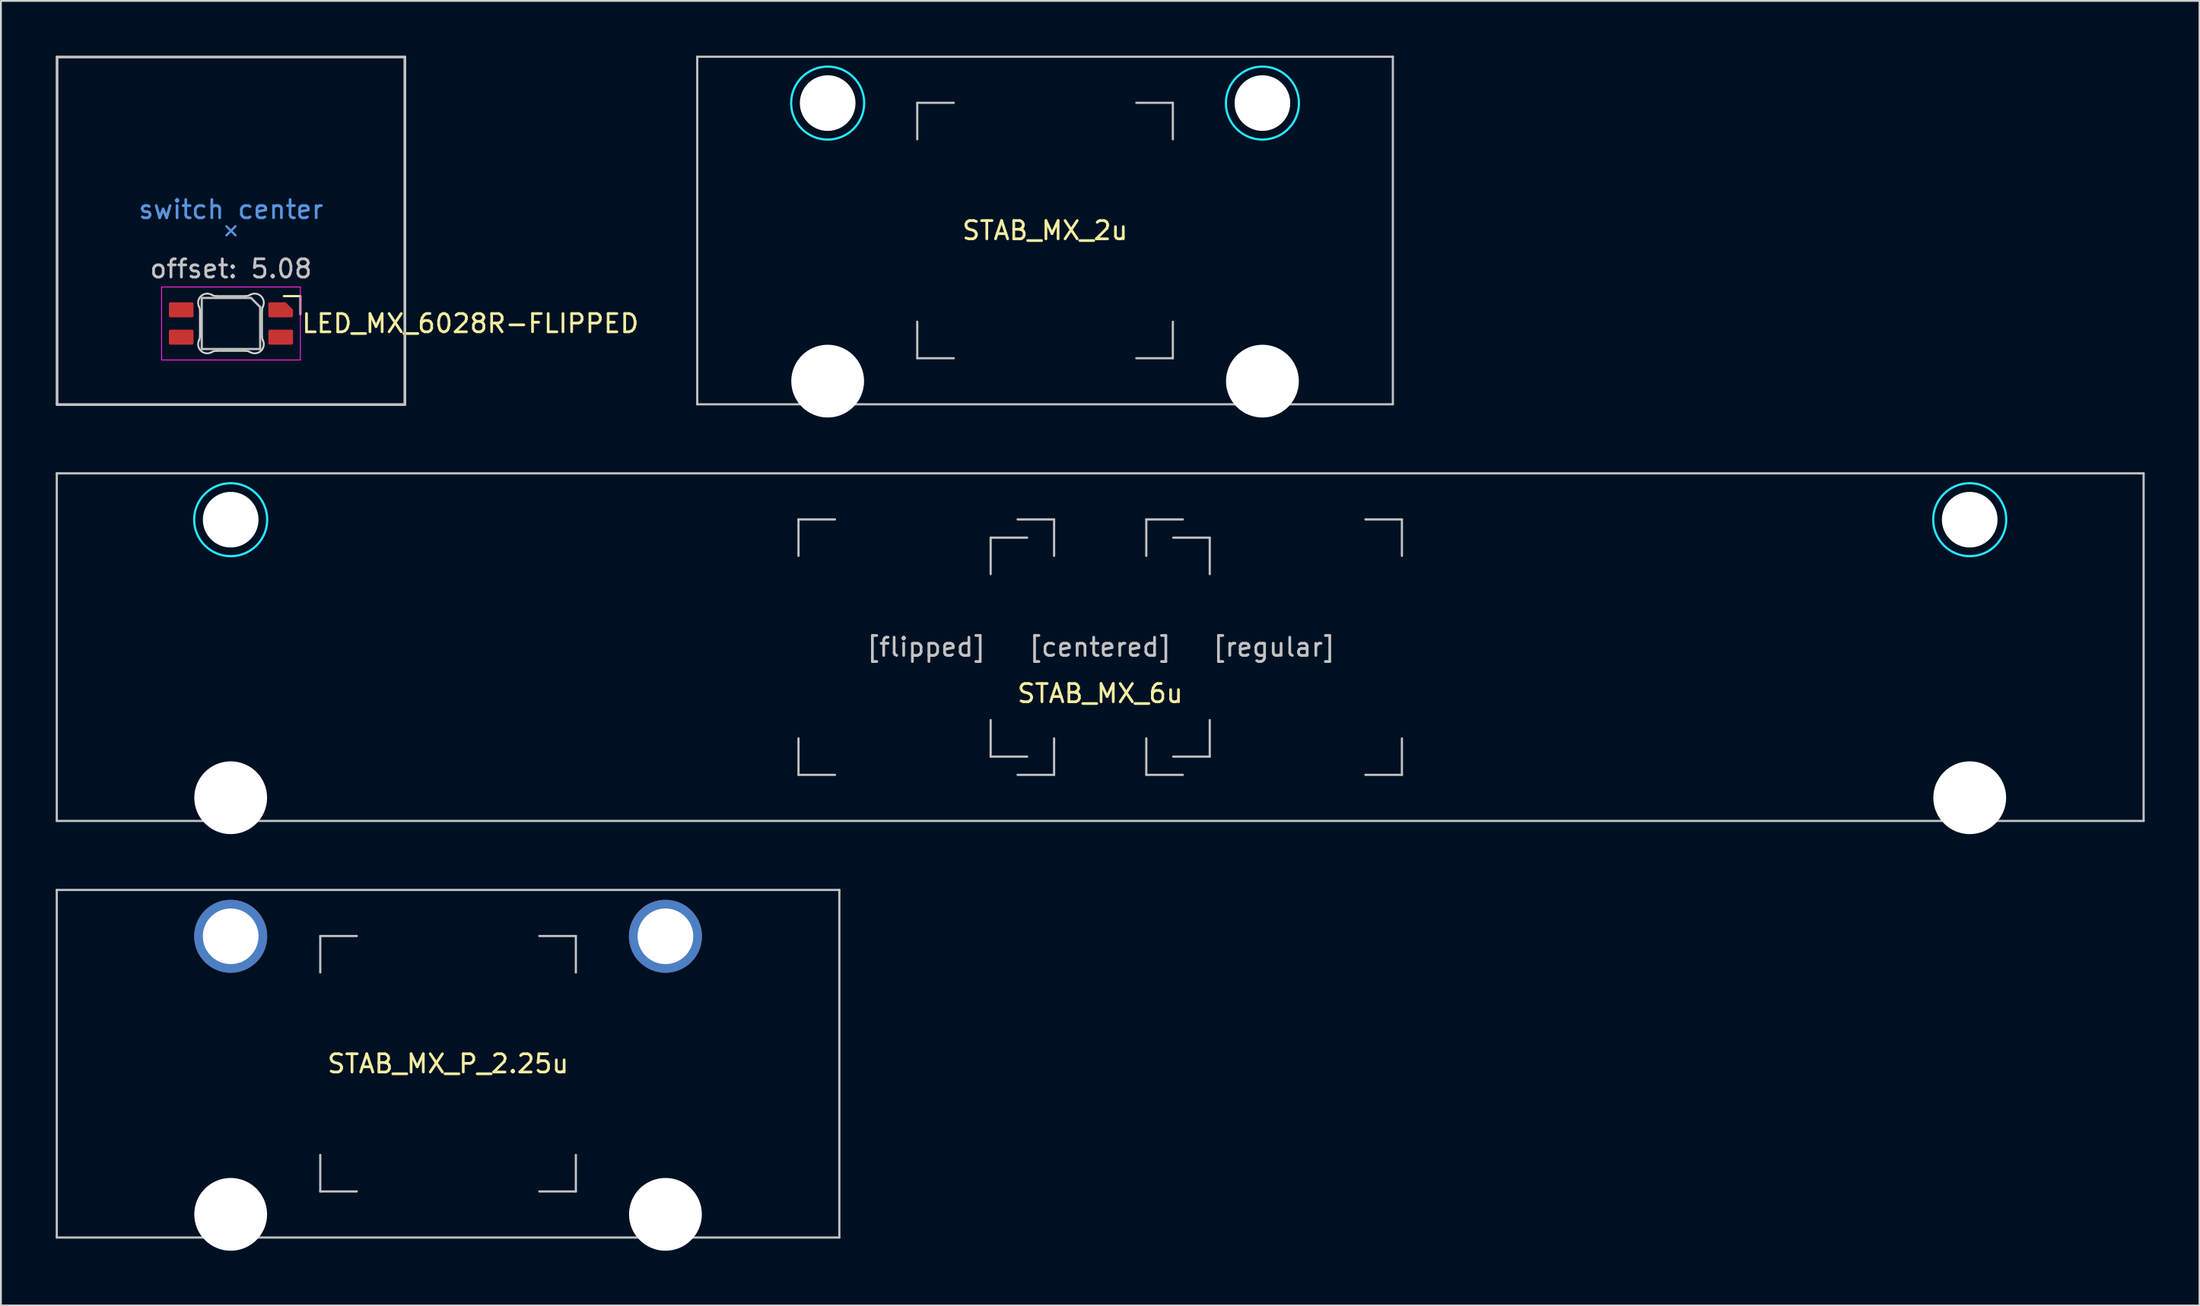
<source format=kicad_pcb>
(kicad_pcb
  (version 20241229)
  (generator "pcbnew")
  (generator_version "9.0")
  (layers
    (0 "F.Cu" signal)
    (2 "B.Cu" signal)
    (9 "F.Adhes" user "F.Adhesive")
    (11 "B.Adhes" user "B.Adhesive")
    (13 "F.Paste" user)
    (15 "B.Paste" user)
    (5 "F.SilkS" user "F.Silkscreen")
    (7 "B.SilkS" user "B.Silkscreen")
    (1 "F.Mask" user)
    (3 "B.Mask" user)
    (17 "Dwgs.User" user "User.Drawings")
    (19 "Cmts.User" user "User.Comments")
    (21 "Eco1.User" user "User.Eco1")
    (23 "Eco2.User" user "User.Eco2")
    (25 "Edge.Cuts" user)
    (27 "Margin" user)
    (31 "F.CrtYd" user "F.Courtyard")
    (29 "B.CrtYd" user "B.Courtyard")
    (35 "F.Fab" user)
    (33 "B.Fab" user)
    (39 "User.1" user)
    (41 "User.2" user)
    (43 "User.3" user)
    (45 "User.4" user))
  (footprint "STAB_MX_6u"
    (layer "F.Cu")
    (at 57.21 32.419)
    (property "Reference" "STAB_MX_6u" (at 0 2.54 0) (layer "F.SilkS") (effects (font (size 1 1) (thickness 0.15))))
    (attr through_hole exclude_from_pos_files exclude_from_bom)
    (fp_line (start -57.15 -9.525) (end -57.15 9.525) (stroke (width 0.12) (type solid)) (layer "Dwgs.User"))
    (fp_line (start -57.15 9.525) (end 57.15 9.525) (stroke (width 0.12) (type solid)) (layer "Dwgs.User"))
    (fp_line (start -16.525 -7) (end -14.525 -7) (stroke (width 0.12) (type solid)) (layer "Dwgs.User"))
    (fp_line (start -16.525 -5) (end -16.525 -7) (stroke (width 0.12) (type solid)) (layer "Dwgs.User"))
    (fp_line (start -16.525 7) (end -16.525 5) (stroke (width 0.12) (type solid)) (layer "Dwgs.User"))
    (fp_line (start -14.525 7) (end -16.525 7) (stroke (width 0.12) (type solid)) (layer "Dwgs.User"))
    (fp_line (start -6 -6) (end -4 -6) (stroke (width 0.12) (type solid)) (layer "Dwgs.User"))
    (fp_line (start -6 -4) (end -6 -6) (stroke (width 0.12) (type solid)) (layer "Dwgs.User"))
    (fp_line (start -6 6) (end -6 4) (stroke (width 0.12) (type solid)) (layer "Dwgs.User"))
    (fp_line (start -4.525 -7) (end -2.525 -7) (stroke (width 0.12) (type solid)) (layer "Dwgs.User"))
    (fp_line (start -4.525 7) (end -2.525 7) (stroke (width 0.12) (type solid)) (layer "Dwgs.User"))
    (fp_line (start -4 6) (end -6 6) (stroke (width 0.12) (type solid)) (layer "Dwgs.User"))
    (fp_line (start -2.525 -7) (end -2.525 -5) (stroke (width 0.12) (type solid)) (layer "Dwgs.User"))
    (fp_line (start -2.525 7) (end -2.525 5) (stroke (width 0.12) (type solid)) (layer "Dwgs.User"))
    (fp_line (start 2.525 -7) (end 4.525 -7) (stroke (width 0.12) (type solid)) (layer "Dwgs.User"))
    (fp_line (start 2.525 -5) (end 2.525 -7) (stroke (width 0.12) (type solid)) (layer "Dwgs.User"))
    (fp_line (start 2.525 7) (end 2.525 5) (stroke (width 0.12) (type solid)) (layer "Dwgs.User"))
    (fp_line (start 4 6) (end 6 6) (stroke (width 0.12) (type solid)) (layer "Dwgs.User"))
    (fp_line (start 4.525 7) (end 2.525 7) (stroke (width 0.12) (type solid)) (layer "Dwgs.User"))
    (fp_line (start 6 -6) (end 4 -6) (stroke (width 0.12) (type solid)) (layer "Dwgs.User"))
    (fp_line (start 6 -4) (end 6 -6) (stroke (width 0.12) (type solid)) (layer "Dwgs.User"))
    (fp_line (start 6 6) (end 6 4) (stroke (width 0.12) (type solid)) (layer "Dwgs.User"))
    (fp_line (start 14.525 -7) (end 16.525 -7) (stroke (width 0.12) (type solid)) (layer "Dwgs.User"))
    (fp_line (start 14.525 7) (end 16.525 7) (stroke (width 0.12) (type solid)) (layer "Dwgs.User"))
    (fp_line (start 16.525 -7) (end 16.525 -5) (stroke (width 0.12) (type solid)) (layer "Dwgs.User"))
    (fp_line (start 16.525 7) (end 16.525 5) (stroke (width 0.12) (type solid)) (layer "Dwgs.User"))
    (fp_line (start 57.15 -9.525) (end -57.15 -9.525) (stroke (width 0.12) (type solid)) (layer "Dwgs.User"))
    (fp_line (start 57.15 -9.525) (end 57.15 9.525) (stroke (width 0.12) (type solid)) (layer "Dwgs.User"))
    (fp_line (start -51 -5.5) (end -51 7.5) (stroke (width 0.05) (type solid)) (layer "Eco2.User"))
    (fp_line (start -50.5 -6) (end -44.75 -6) (stroke (width 0.05) (type solid)) (layer "Eco2.User"))
    (fp_line (start -50.5 8) (end -44.75 8) (stroke (width 0.05) (type solid)) (layer "Eco2.User"))
    (fp_line (start -44.25 -5.5) (end -44.25 7.5) (stroke (width 0.05) (type solid)) (layer "Eco2.User"))
    (fp_line (start 44.25 -5.5) (end 44.25 7.5) (stroke (width 0.05) (type solid)) (layer "Eco2.User"))
    (fp_line (start 44.75 -6) (end 50.499 -6) (stroke (width 0.05) (type solid)) (layer "Eco2.User"))
    (fp_line (start 44.75 8) (end 50.5 8) (stroke (width 0.05) (type solid)) (layer "Eco2.User"))
    (fp_line (start 50.999 -5.5) (end 51 7.5) (stroke (width 0.05) (type solid)) (layer "Eco2.User"))
    (fp_arc (start -51 -5.499999) (mid -50.853553 -5.853552) (end -50.5 -5.999999) (stroke (width 0.05) (type solid)) (layer "Eco2.User"))
    (fp_arc (start -50.5 8.000001) (mid -50.853553 7.853554) (end -51 7.500001) (stroke (width 0.05) (type solid)) (layer "Eco2.User"))
    (fp_arc (start -44.75 -5.999999) (mid -44.396447 -5.853552) (end -44.25 -5.499999) (stroke (width 0.05) (type solid)) (layer "Eco2.User"))
    (fp_arc (start -44.25 7.500001) (mid -44.396447 7.853554) (end -44.75 8.000001) (stroke (width 0.05) (type solid)) (layer "Eco2.User"))
    (fp_arc (start 44.25 -5.499999) (mid 44.396447 -5.853552) (end 44.75 -5.999999) (stroke (width 0.05) (type solid)) (layer "Eco2.User"))
    (fp_arc (start 44.75 8.000001) (mid 44.396447 7.853554) (end 44.25 7.500001) (stroke (width 0.05) (type solid)) (layer "Eco2.User"))
    (fp_arc (start 50.498789 -5.999999) (mid 50.852342 -5.853552) (end 50.998789 -5.499999) (stroke (width 0.05) (type solid)) (layer "Eco2.User"))
    (fp_arc (start 51 7.500001) (mid 50.853553 7.853554) (end 50.5 8.000001) (stroke (width 0.05) (type solid)) (layer "Eco2.User"))
    (fp_circle (center -47.625 -6.985) (end -45.625 -6.985) (stroke (width 0.12) (type solid)) (fill no) (layer "B.CrtYd"))
    (fp_circle (center 47.625 -6.985) (end 49.625 -6.985) (stroke (width 0.12) (type solid)) (fill no) (layer "B.CrtYd"))
    (fp_text user "[flipped]" (at -9.525 0 0) (layer "Dwgs.User") (effects (font (size 1 1) (thickness 0.15))))
    (fp_text user "[centered]" (at 0 0 0) (layer "Dwgs.User") (effects (font (size 1 1) (thickness 0.15))))
    (fp_text user "[regular]" (at 9.525 0 0) (layer "Dwgs.User") (effects (font (size 1 1) (thickness 0.15))))
    (pad "" np_thru_hole circle (at -47.625 -6.985) (size 3.048 3.048) (drill 3.048) (layers "*.Cu" "*.Mask"))
    (pad "" np_thru_hole circle (at -47.625 8.255) (size 3.988 3.988) (drill 3.988) (layers "*.Cu" "*.Mask"))
    (pad "" np_thru_hole circle (at 47.625 -6.985) (size 3.048 3.048) (drill 3.048) (layers "*.Cu" "*.Mask"))
    (pad "" np_thru_hole circle (at 47.625 8.255) (size 3.988 3.988) (drill 3.988) (layers "*.Cu" "*.Mask")))
  (footprint "LED_MX_6028R-FLIPPED"
    (layer "F.Cu")
    (at 9.6 14.68)
    (property "Reference" "LED_MX_6028R-FLIPPED" (at 3.8 0 0) (layer "F.SilkS") (effects (font (size 1 1) (thickness 0.15)) (justify left)))
    (attr smd)
    (fp_line (start 3.8 -1.5) (end 2.9 -1.5) (stroke (width 0.12) (type solid)) (layer "F.SilkS"))
    (fp_line (start 3.8 -0.5) (end 3.8 -1.5) (stroke (width 0.12) (type solid)) (layer "F.SilkS"))
    (fp_line (start -9.525 -14.605) (end -9.525 4.445) (stroke (width 0.15) (type solid)) (layer "Dwgs.User"))
    (fp_line (start -9.525 4.445) (end 9.525 4.445) (stroke (width 0.15) (type solid)) (layer "Dwgs.User"))
    (fp_line (start -1.6 -1.4) (end 1.1 -1.4) (stroke (width 0.12) (type solid)) (layer "Dwgs.User"))
    (fp_line (start -1.6 1.4) (end -1.6 -1.4) (stroke (width 0.12) (type solid)) (layer "Dwgs.User"))
    (fp_line (start 1.6 -0.9) (end 1.1 -1.4) (stroke (width 0.12) (type solid)) (layer "Dwgs.User"))
    (fp_line (start 1.6 -0.9) (end 1.6 1.4) (stroke (width 0.12) (type solid)) (layer "Dwgs.User"))
    (fp_line (start 1.6 1.4) (end -1.6 1.4) (stroke (width 0.12) (type solid)) (layer "Dwgs.User"))
    (fp_line (start 9.525 -14.605) (end -9.525 -14.605) (stroke (width 0.15) (type solid)) (layer "Dwgs.User"))
    (fp_line (start 9.525 4.445) (end 9.525 -14.605) (stroke (width 0.15) (type solid)) (layer "Dwgs.User"))
    (fp_line (start -0.25 -4.83) (end 0 -5.08) (stroke (width 0.12) (type solid)) (layer "Cmts.User"))
    (fp_line (start 0 -5.08) (end -0.25 -5.33) (stroke (width 0.12) (type solid)) (layer "Cmts.User"))
    (fp_line (start 0 -5.08) (end 0.25 -5.33) (stroke (width 0.12) (type solid)) (layer "Cmts.User"))
    (fp_line (start 0.25 -4.83) (end 0 -5.08) (stroke (width 0.12) (type solid)) (layer "Cmts.User"))
    (fp_line (start -1.7 -0.703) (end -1.7 0.703) (stroke (width 0.1) (type solid)) (layer "Edge.Cuts"))
    (fp_line (start -0.794 1.5) (end 0.794 1.5) (stroke (width 0.1) (type solid)) (layer "Edge.Cuts"))
    (fp_line (start 0.794 -1.5) (end -0.794 -1.5) (stroke (width 0.1) (type solid)) (layer "Edge.Cuts"))
    (fp_line (start 1.7 0.703) (end 1.7 -0.703) (stroke (width 0.1) (type solid)) (layer "Edge.Cuts"))
    (fp_arc (start -1.749484 -0.919719) (mid -1.712527 -0.814067) (end -1.699999 -0.702842) (stroke (width 0.1) (type solid)) (layer "Edge.Cuts"))
    (fp_arc (start -1.749484 -0.919719) (mid -1.63807 -1.504033) (end -1.046711 -1.568296) (stroke (width 0.1) (type solid)) (layer "Edge.Cuts"))
    (fp_arc (start -1.699999 0.702843) (mid -1.712527 0.814069) (end -1.749484 0.919721) (stroke (width 0.1) (type solid)) (layer "Edge.Cuts"))
    (fp_arc (start -1.046711 1.5683) (mid -1.638071 1.504036) (end -1.749484 0.919721) (stroke (width 0.1) (type solid)) (layer "Edge.Cuts"))
    (fp_arc (start -1.046711 1.5683) (mid -0.925123 1.517378) (end -0.794453 1.500001) (stroke (width 0.1) (type solid)) (layer "Edge.Cuts"))
    (fp_arc (start -0.794452 -1.499999) (mid -0.925122 -1.517376) (end -1.04671 -1.568298) (stroke (width 0.1) (type solid)) (layer "Edge.Cuts"))
    (fp_arc (start 0.794453 1.5) (mid 0.925123 1.517377) (end 1.046711 1.568299) (stroke (width 0.1) (type solid)) (layer "Edge.Cuts"))
    (fp_arc (start 1.046711 -1.568298) (mid 0.925123 -1.517376) (end 0.794452 -1.499999) (stroke (width 0.1) (type solid)) (layer "Edge.Cuts"))
    (fp_arc (start 1.046711 -1.568298) (mid 1.638072 -1.504034) (end 1.749484 -0.919718) (stroke (width 0.1) (type solid)) (layer "Edge.Cuts"))
    (fp_arc (start 1.699999 -0.702841) (mid 1.712527 -0.814067) (end 1.749484 -0.919719) (stroke (width 0.1) (type solid)) (layer "Edge.Cuts"))
    (fp_arc (start 1.749484 0.919721) (mid 1.63807 1.504035) (end 1.046711 1.568299) (stroke (width 0.1) (type solid)) (layer "Edge.Cuts"))
    (fp_arc (start 1.749484 0.919721) (mid 1.712527 0.814069) (end 1.699999 0.702844) (stroke (width 0.1) (type solid)) (layer "Edge.Cuts"))
    (fp_line (start -3.8 -2) (end 3.8 -2) (stroke (width 0.05) (type solid)) (layer "F.CrtYd"))
    (fp_line (start -3.8 2) (end -3.8 -2) (stroke (width 0.05) (type solid)) (layer "F.CrtYd"))
    (fp_line (start 3.8 -2) (end 3.8 2) (stroke (width 0.05) (type solid)) (layer "F.CrtYd"))
    (fp_line (start 3.8 2) (end -3.8 2) (stroke (width 0.05) (type solid)) (layer "F.CrtYd"))
    (fp_text user "offset: 5.08" (at 0 -3 0) (layer "Dwgs.User") (effects (font (size 1 1) (thickness 0.15))))
    (fp_text user "switch center" (at 0 -6.25 0) (layer "Cmts.User") (effects (font (size 1 1) (thickness 0.15))))
    (pad "1" smd roundrect (at -2.725 0.75 270) (size 0.82 1.35) (layers "F.Cu" "F.Mask" "F.Paste") (roundrect_rratio 0.1))
    (pad "2" smd roundrect (at -2.725 -0.75 270) (size 0.82 1.35) (layers "F.Cu" "F.Mask" "F.Paste") (roundrect_rratio 0.1))
    (pad "3" smd roundrect (at 2.725 0.75 270) (size 0.82 1.35) (layers "F.Cu" "F.Mask" "F.Paste") (roundrect_rratio 0.1))
    (pad "4" smd roundrect (at 2.725 -0.75 270) (size 0.82 1.35) (layers "F.Cu" "F.Mask" "F.Paste") (roundrect_rratio 0.1) (chamfer_ratio 0.5) (chamfer top_left)))
  (footprint "STAB_MX_2u"
    (layer "F.Cu")
    (at 54.189 9.585)
    (property "Reference" "STAB_MX_2u" (at 0 0 0) (layer "F.SilkS") (effects (font (size 1 1) (thickness 0.15))))
    (attr through_hole exclude_from_pos_files exclude_from_bom)
    (fp_line (start -19.05 -9.525) (end -19.05 9.525) (stroke (width 0.12) (type solid)) (layer "Dwgs.User"))
    (fp_line (start -19.05 -9.525) (end 19.05 -9.525) (stroke (width 0.12) (type solid)) (layer "Dwgs.User"))
    (fp_line (start -19.05 9.525) (end 19.05 9.525) (stroke (width 0.12) (type solid)) (layer "Dwgs.User"))
    (fp_line (start -7 -7) (end -5 -7) (stroke (width 0.12) (type solid)) (layer "Dwgs.User"))
    (fp_line (start -7 -5) (end -7 -7) (stroke (width 0.12) (type solid)) (layer "Dwgs.User"))
    (fp_line (start -7 7) (end -7 5) (stroke (width 0.12) (type solid)) (layer "Dwgs.User"))
    (fp_line (start -5 7) (end -7 7) (stroke (width 0.12) (type solid)) (layer "Dwgs.User"))
    (fp_line (start 5 -7) (end 7 -7) (stroke (width 0.12) (type solid)) (layer "Dwgs.User"))
    (fp_line (start 5 7) (end 7 7) (stroke (width 0.12) (type solid)) (layer "Dwgs.User"))
    (fp_line (start 7 -7) (end 7 -5) (stroke (width 0.12) (type solid)) (layer "Dwgs.User"))
    (fp_line (start 7 7) (end 7 5) (stroke (width 0.12) (type solid)) (layer "Dwgs.User"))
    (fp_line (start 19.05 -9.525) (end 19.05 9.525) (stroke (width 0.12) (type solid)) (layer "Dwgs.User"))
    (fp_line (start -15.281 -5.5) (end -15.281 7.5) (stroke (width 0.05) (type solid)) (layer "Eco2.User"))
    (fp_line (start -14.781 -6) (end -9.031 -6) (stroke (width 0.05) (type solid)) (layer "Eco2.User"))
    (fp_line (start -14.781 8) (end -9.031 8) (stroke (width 0.05) (type solid)) (layer "Eco2.User"))
    (fp_line (start -8.531 -5.5) (end -8.531 7.5) (stroke (width 0.05) (type solid)) (layer "Eco2.User"))
    (fp_line (start 8.531 -5.5) (end 8.531 7.5) (stroke (width 0.05) (type solid)) (layer "Eco2.User"))
    (fp_line (start 9.031 -6) (end 14.78 -6) (stroke (width 0.05) (type solid)) (layer "Eco2.User"))
    (fp_line (start 9.031 8) (end 14.781 8) (stroke (width 0.05) (type solid)) (layer "Eco2.User"))
    (fp_line (start 15.28 -5.5) (end 15.281 7.5) (stroke (width 0.05) (type solid)) (layer "Eco2.User"))
    (fp_arc (start -15.28125 -5.499999) (mid -15.134803 -5.853552) (end -14.78125 -5.999999) (stroke (width 0.05) (type solid)) (layer "Eco2.User"))
    (fp_arc (start -14.78125 8.000001) (mid -15.134803 7.853554) (end -15.28125 7.500001) (stroke (width 0.05) (type solid)) (layer "Eco2.User"))
    (fp_arc (start -9.03125 -5.999999) (mid -8.677697 -5.853552) (end -8.53125 -5.499999) (stroke (width 0.05) (type solid)) (layer "Eco2.User"))
    (fp_arc (start -8.53125 7.500001) (mid -8.677697 7.853554) (end -9.03125 8.000001) (stroke (width 0.05) (type solid)) (layer "Eco2.User"))
    (fp_arc (start 8.53125 -5.499999) (mid 8.677697 -5.853552) (end 9.03125 -5.999999) (stroke (width 0.05) (type solid)) (layer "Eco2.User"))
    (fp_arc (start 9.03125 8.000001) (mid 8.677697 7.853554) (end 8.53125 7.500001) (stroke (width 0.05) (type solid)) (layer "Eco2.User"))
    (fp_arc (start 14.780039 -5.999999) (mid 15.133592 -5.853552) (end 15.280039 -5.499999) (stroke (width 0.05) (type solid)) (layer "Eco2.User"))
    (fp_arc (start 15.28125 7.500001) (mid 15.134803 7.853554) (end 14.78125 8.000001) (stroke (width 0.05) (type solid)) (layer "Eco2.User"))
    (fp_circle (center -11.906 -6.985) (end -9.906 -6.985) (stroke (width 0.12) (type solid)) (fill no) (layer "B.CrtYd"))
    (fp_circle (center 11.906 -6.985) (end 13.906 -6.985) (stroke (width 0.12) (type solid)) (fill no) (layer "B.CrtYd"))
    (pad "" np_thru_hole circle (at -11.906 -6.985) (size 3.048 3.048) (drill 3.048) (layers "*.Cu" "*.Mask"))
    (pad "" np_thru_hole circle (at -11.906 8.255) (size 3.988 3.988) (drill 3.988) (layers "*.Cu" "*.Mask"))
    (pad "" np_thru_hole circle (at 11.906 -6.985) (size 3.048 3.048) (drill 3.048) (layers "*.Cu" "*.Mask"))
    (pad "" np_thru_hole circle (at 11.906 8.255) (size 3.988 3.988) (drill 3.988) (layers "*.Cu" "*.Mask")))
  (footprint "STAB_MX_P_2.25u"
    (layer "F.Cu")
    (at 21.491 55.253)
    (property "Reference" "STAB_MX_P_2.25u" (at 0 0 0) (layer "F.SilkS") (effects (font (size 1 1) (thickness 0.15))))
    (attr through_hole exclude_from_pos_files exclude_from_bom)
    (fp_line (start -21.431 -9.525) (end -21.431 9.525) (stroke (width 0.12) (type solid)) (layer "Dwgs.User"))
    (fp_line (start -21.431 -9.525) (end 21.431 -9.525) (stroke (width 0.12) (type solid)) (layer "Dwgs.User"))
    (fp_line (start -21.431 9.525) (end 21.431 9.525) (stroke (width 0.12) (type solid)) (layer "Dwgs.User"))
    (fp_line (start -7 -7) (end -5 -7) (stroke (width 0.12) (type solid)) (layer "Dwgs.User"))
    (fp_line (start -7 -5) (end -7 -7) (stroke (width 0.12) (type solid)) (layer "Dwgs.User"))
    (fp_line (start -7 7) (end -7 5) (stroke (width 0.12) (type solid)) (layer "Dwgs.User"))
    (fp_line (start -5 7) (end -7 7) (stroke (width 0.12) (type solid)) (layer "Dwgs.User"))
    (fp_line (start 5 -7) (end 7 -7) (stroke (width 0.12) (type solid)) (layer "Dwgs.User"))
    (fp_line (start 5 7) (end 7 7) (stroke (width 0.12) (type solid)) (layer "Dwgs.User"))
    (fp_line (start 7 -7) (end 7 -5) (stroke (width 0.12) (type solid)) (layer "Dwgs.User"))
    (fp_line (start 7 7) (end 7 5) (stroke (width 0.12) (type solid)) (layer "Dwgs.User"))
    (fp_line (start 21.431 -9.525) (end 21.431 9.525) (stroke (width 0.12) (type solid)) (layer "Dwgs.User"))
    (fp_line (start -15.281 -5.5) (end -15.281 7.5) (stroke (width 0.05) (type solid)) (layer "Eco2.User"))
    (fp_line (start -14.781 -6) (end -9.031 -6) (stroke (width 0.05) (type solid)) (layer "Eco2.User"))
    (fp_line (start -14.781 8) (end -9.031 8) (stroke (width 0.05) (type solid)) (layer "Eco2.User"))
    (fp_line (start -8.531 -5.5) (end -8.531 7.5) (stroke (width 0.05) (type solid)) (layer "Eco2.User"))
    (fp_line (start 8.531 -5.5) (end 8.531 7.5) (stroke (width 0.05) (type solid)) (layer "Eco2.User"))
    (fp_line (start 9.031 -6) (end 14.78 -6) (stroke (width 0.05) (type solid)) (layer "Eco2.User"))
    (fp_line (start 9.031 8) (end 14.781 8) (stroke (width 0.05) (type solid)) (layer "Eco2.User"))
    (fp_line (start 15.28 -5.5) (end 15.281 7.5) (stroke (width 0.05) (type solid)) (layer "Eco2.User"))
    (fp_arc (start -15.28125 -5.499999) (mid -15.134803 -5.853552) (end -14.78125 -5.999999) (stroke (width 0.05) (type solid)) (layer "Eco2.User"))
    (fp_arc (start -14.78125 8.000001) (mid -15.134803 7.853554) (end -15.28125 7.500001) (stroke (width 0.05) (type solid)) (layer "Eco2.User"))
    (fp_arc (start -9.03125 -5.999999) (mid -8.677697 -5.853552) (end -8.53125 -5.499999) (stroke (width 0.05) (type solid)) (layer "Eco2.User"))
    (fp_arc (start -8.53125 7.500001) (mid -8.677697 7.853554) (end -9.03125 8.000001) (stroke (width 0.05) (type solid)) (layer "Eco2.User"))
    (fp_arc (start 8.53125 -5.499999) (mid 8.677697 -5.853552) (end 9.03125 -5.999999) (stroke (width 0.05) (type solid)) (layer "Eco2.User"))
    (fp_arc (start 9.03125 8.000001) (mid 8.677697 7.853554) (end 8.53125 7.500001) (stroke (width 0.05) (type solid)) (layer "Eco2.User"))
    (fp_arc (start 14.780039 -5.999999) (mid 15.133592 -5.853552) (end 15.280039 -5.499999) (stroke (width 0.05) (type solid)) (layer "Eco2.User"))
    (fp_arc (start 15.28125 7.500001) (mid 15.134803 7.853554) (end 14.78125 8.000001) (stroke (width 0.05) (type solid)) (layer "Eco2.User"))
    (pad "" thru_hole circle (at -11.906 -6.985) (size 4 4) (drill 3.048) (layers "*.Cu" "B.Mask"))
    (pad "" np_thru_hole circle (at -11.906 8.255) (size 3.988 3.988) (drill 3.988) (layers "*.Cu" "*.Mask"))
    (pad "" thru_hole circle (at 11.906 -6.985) (size 4 4) (drill 3.048) (layers "*.Cu" "B.Mask"))
    (pad "" np_thru_hole circle (at 11.906 8.255) (size 3.988 3.988) (drill 3.988) (layers "*.Cu" "*.Mask")))
  (gr_rect
    (start -3 -3)
    (end 117.42 68.502)
    (stroke (width 0.1) (type default))
    (fill no)
    (layer "Edge.Cuts")))
</source>
